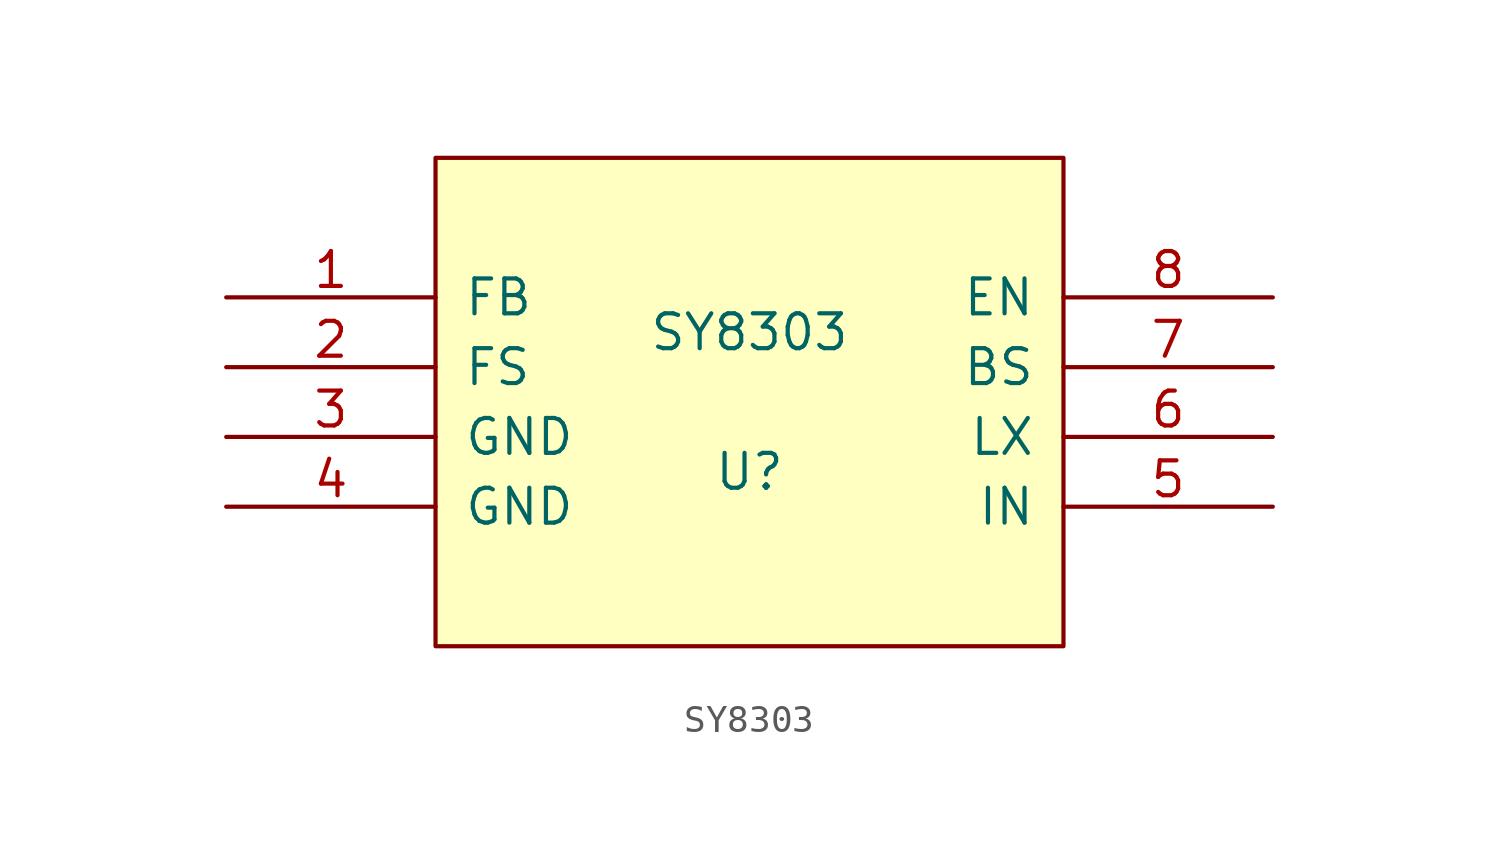
<source format=kicad_sym>
(kicad_symbol_lib
  (version 20220914)
  (generator kicad_symbol_editor)
  (symbol "SY8303"
    (pin_names
      (offset 1.016))
    (property "Reference" "U"
      (at 0 -2.54 0)
      (effects (font (size 1.27 1.27))))
    (property "Value" "SY8303"
      (at 0 2.54 0)
      (effects (font (size 1.27 1.27))))
    (symbol "SY8303_1_0"
      (rectangle (start -11.43 8.89) (end 11.43 -8.89) (stroke (width 0) (type solid)) (fill (type background))))
    (symbol "SY8303_1_1"
      (pin input line (at -19.05 3.81 0) (length 7.62) (name "FB" (effects (font (size 1.27 1.27)))) (number "1" (effects (font (size 1.27 1.27)))))
      (pin input line (at -19.05 1.27 0) (length 7.62) (name "FS" (effects (font (size 1.27 1.27)))) (number "2" (effects (font (size 1.27 1.27)))))
      (pin power_in line (at -19.05 -1.27 0) (length 7.62) (name "GND" (effects (font (size 1.27 1.27)))) (number "3" (effects (font (size 1.27 1.27)))))
      (pin power_in line (at -19.05 -3.81 0) (length 7.62) (name "GND" (effects (font (size 1.27 1.27)))) (number "4" (effects (font (size 1.27 1.27)))))
      (pin input line (at 19.05 -3.81 180) (length 7.62) (name "IN" (effects (font (size 1.27 1.27)))) (number "5" (effects (font (size 1.27 1.27)))))
      (pin input line (at 19.05 -1.27 180) (length 7.62) (name "LX" (effects (font (size 1.27 1.27)))) (number "6" (effects (font (size 1.27 1.27)))))
      (pin input line (at 19.05 1.27 180) (length 7.62) (name "BS" (effects (font (size 1.27 1.27)))) (number "7" (effects (font (size 1.27 1.27)))))
      (pin input line (at 19.05 3.81 180) (length 7.62) (name "EN" (effects (font (size 1.27 1.27)))) (number "8" (effects (font (size 1.27 1.27))))))))
</source>
